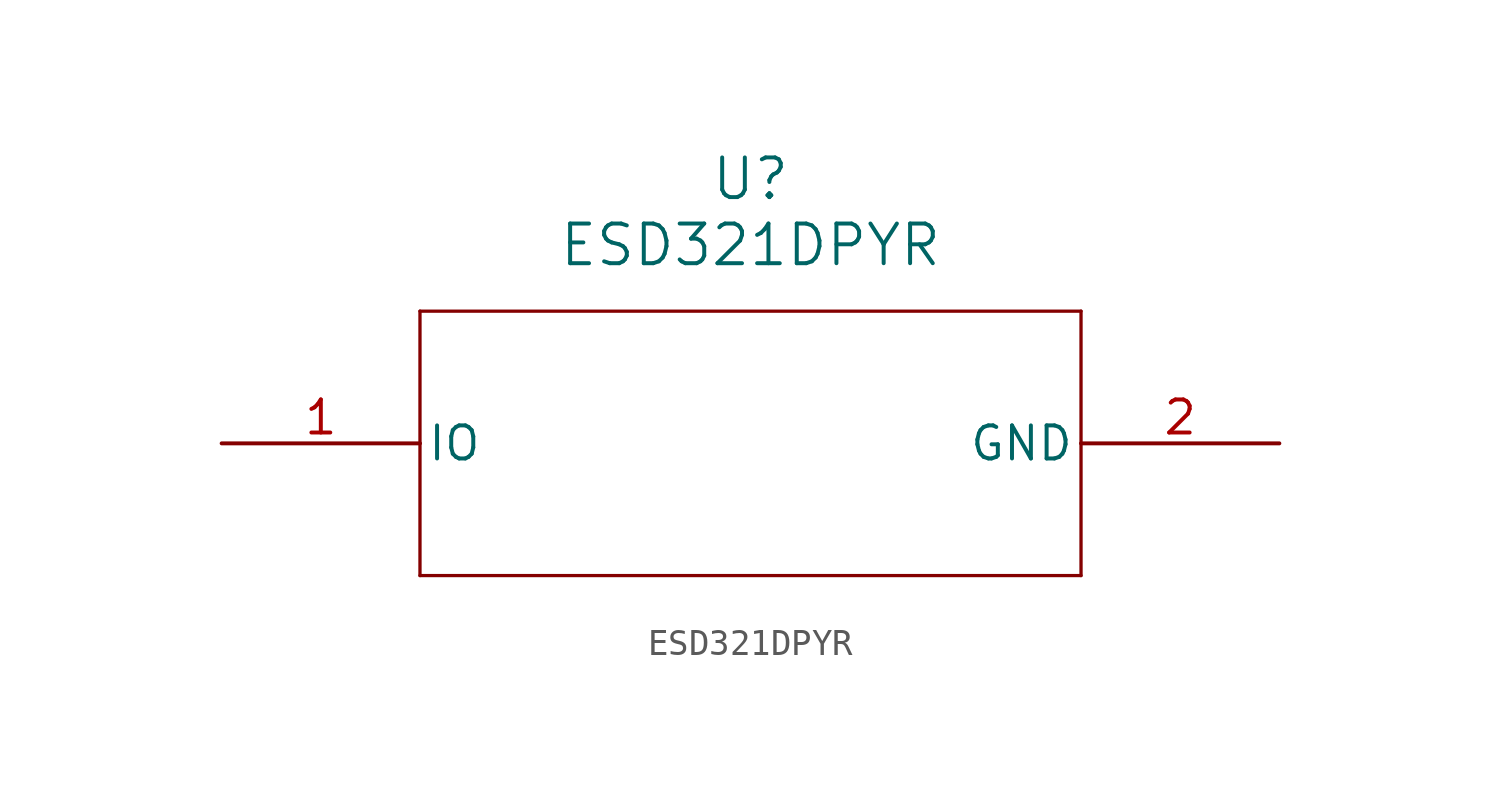
<source format=kicad_sym>
(kicad_symbol_lib
  (version 20211014)
  (generator kicad_symbol_editor)
  (symbol "ESD321DPYR"
    (pin_names
      (offset 0.254))
    (property "Reference" "U"
      (at 20.32 10.16 0)
      (effects (font (size 1.524 1.524))))
    (property "Value" "ESD321DPYR"
      (at 20.32 7.62 0)
      (effects (font (size 1.524 1.524))))
    (symbol "ESD321DPYR_0_1"
      (polyline (pts (xy 7.62 5.08) (xy 7.62 -5.08)) (stroke (width 0.127) (type default) (color 0 0 0 0)) (fill (type none)))
      (polyline (pts (xy 7.62 -5.08) (xy 33.02 -5.08)) (stroke (width 0.127) (type default) (color 0 0 0 0)) (fill (type none)))
      (polyline (pts (xy 33.02 -5.08) (xy 33.02 5.08)) (stroke (width 0.127) (type default) (color 0 0 0 0)) (fill (type none)))
      (polyline (pts (xy 33.02 5.08) (xy 7.62 5.08)) (stroke (width 0.127) (type default) (color 0 0 0 0)) (fill (type none)))
      (pin bidirectional line (at 0 0 0) (length 7.62) (name "IO" (effects (font (size 1.27 1.27)))) (number "1" (effects (font (size 1.27 1.27)))))
      (pin power_in line (at 40.64 0 180) (length 7.62) (name "GND" (effects (font (size 1.27 1.27)))) (number "2" (effects (font (size 1.27 1.27))))))))
</source>
